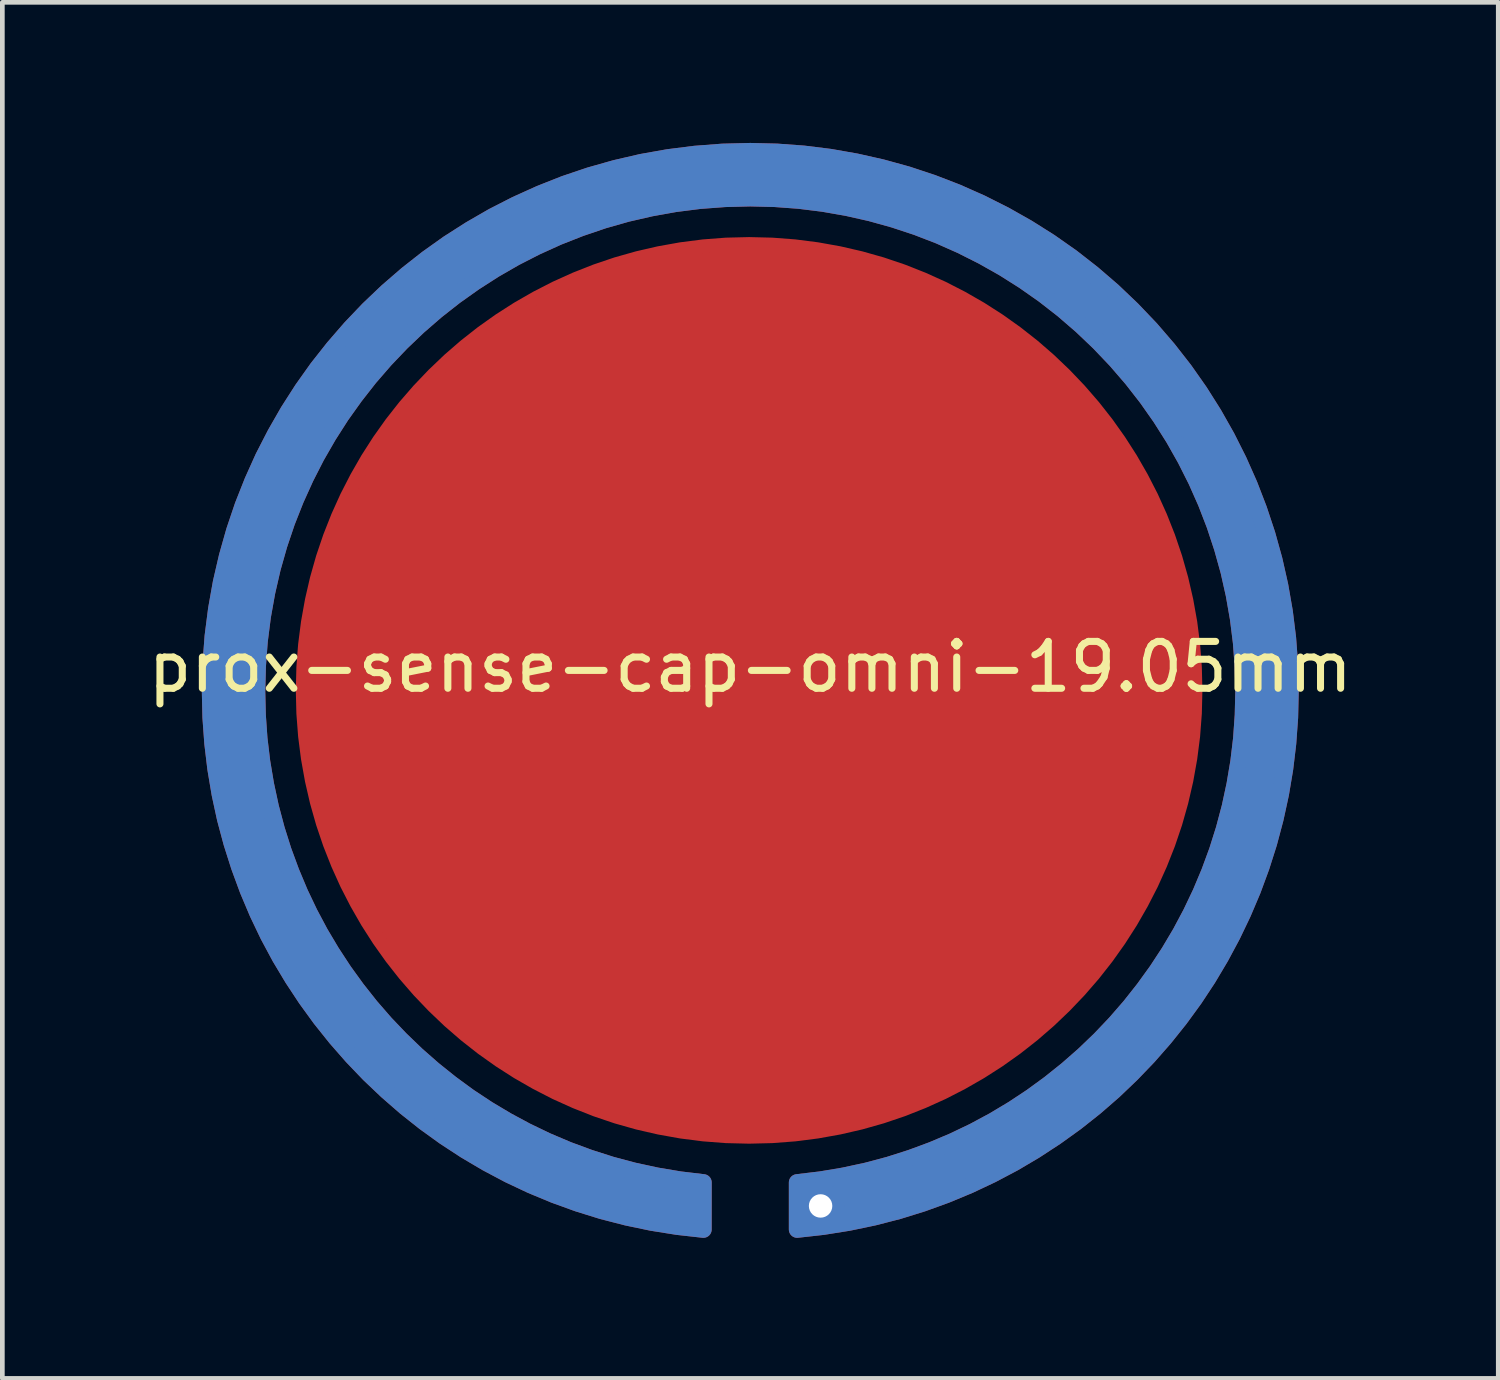
<source format=kicad_pcb>
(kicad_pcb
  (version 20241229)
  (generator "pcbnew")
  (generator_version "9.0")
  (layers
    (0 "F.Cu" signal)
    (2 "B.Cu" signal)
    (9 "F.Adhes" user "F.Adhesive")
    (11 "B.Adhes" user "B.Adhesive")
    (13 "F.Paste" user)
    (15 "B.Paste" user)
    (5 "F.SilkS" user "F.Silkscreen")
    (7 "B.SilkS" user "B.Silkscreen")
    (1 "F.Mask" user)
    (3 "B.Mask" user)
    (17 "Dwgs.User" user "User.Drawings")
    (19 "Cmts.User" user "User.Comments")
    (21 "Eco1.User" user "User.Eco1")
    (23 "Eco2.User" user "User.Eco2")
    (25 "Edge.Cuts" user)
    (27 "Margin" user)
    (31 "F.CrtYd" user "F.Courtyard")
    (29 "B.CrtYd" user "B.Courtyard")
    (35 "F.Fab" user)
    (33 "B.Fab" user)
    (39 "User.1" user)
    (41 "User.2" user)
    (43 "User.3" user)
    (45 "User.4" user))
  (footprint "prox-sense-cap-omni-19.05mm"
    (layer "F.Cu")
    (at 12.958 11.68)
    (property "Reference" "prox-sense-cap-omni-19.05mm" (at 0 -0.5 0) (unlocked yes) (layer "F.SilkS") (effects (font (size 1 1) (thickness 0.15))))
    (attr smd)
    (fp_poly (pts (xy 9.5 0) (xy 9.488 0.49) (xy 9.451 0.974) (xy 9.39 1.451) (xy 9.306 1.92) (xy 9.2 2.38) (xy 9.072 2.832) (xy 8.922 3.275) (xy 8.751 3.708) (xy 8.561 4.129) (xy 8.35 4.54) (xy 8.121 4.939) (xy 7.873 5.326) (xy 7.608 5.699) (xy 7.325 6.059) (xy 7.026 6.404) (xy 6.71 6.735) (xy 6.379 7.051) (xy 6.034 7.35) (xy 5.674 7.633) (xy 5.301 7.898) (xy 4.914 8.146) (xy 4.515 8.375) (xy 4.104 8.586) (xy 3.683 8.776) (xy 3.25 8.947) (xy 2.807 9.097) (xy 2.355 9.225) (xy 1.895 9.331) (xy 1.426 9.415) (xy 0.949 9.476) (xy 0.465 9.513) (xy -0.025 9.525) (xy -0.515 9.513) (xy -0.999 9.476) (xy -1.476 9.415) (xy -1.945 9.331) (xy -2.405 9.225) (xy -2.857 9.097) (xy -3.3 8.947) (xy -3.733 8.776) (xy -4.154 8.586) (xy -4.565 8.375) (xy -4.964 8.146) (xy -5.351 7.898) (xy -5.724 7.633) (xy -6.084 7.35) (xy -6.429 7.051) (xy -6.76 6.735) (xy -7.076 6.404) (xy -7.375 6.059) (xy -7.658 5.699) (xy -7.923 5.326) (xy -8.171 4.939) (xy -8.4 4.54) (xy -8.611 4.129) (xy -8.801 3.708) (xy -8.972 3.275) (xy -9.122 2.832) (xy -9.25 2.38) (xy -9.356 1.92) (xy -9.44 1.451) (xy -9.501 0.974) (xy -9.538 0.49) (xy -9.55 0) (xy -9.538 -0.49) (xy -9.501 -0.974) (xy -9.44 -1.451) (xy -9.356 -1.92) (xy -9.25 -2.38) (xy -9.122 -2.832) (xy -8.972 -3.275) (xy -8.801 -3.708) (xy -8.611 -4.129) (xy -8.4 -4.54) (xy -8.171 -4.939) (xy -7.923 -5.326) (xy -7.658 -5.699) (xy -7.375 -6.059) (xy -7.076 -6.404) (xy -6.76 -6.735) (xy -6.429 -7.051) (xy -6.084 -7.35) (xy -5.724 -7.633) (xy -5.351 -7.898) (xy -4.964 -8.146) (xy -4.565 -8.375) (xy -4.154 -8.586) (xy -3.733 -8.776) (xy -3.3 -8.947) (xy -2.857 -9.097) (xy -2.405 -9.225) (xy -1.945 -9.331) (xy -1.476 -9.415) (xy -0.999 -9.476) (xy -0.515 -9.513) (xy -0.025 -9.525) (xy 0.465 -9.513) (xy 0.949 -9.476) (xy 1.426 -9.415) (xy 1.895 -9.331) (xy 2.355 -9.225) (xy 2.807 -9.097) (xy 3.25 -8.947) (xy 3.683 -8.776) (xy 4.104 -8.586) (xy 4.515 -8.375) (xy 4.914 -8.146) (xy 5.301 -7.898) (xy 5.674 -7.633) (xy 6.034 -7.35) (xy 6.379 -7.051) (xy 6.71 -6.735) (xy 7.026 -6.404) (xy 7.325 -6.059) (xy 7.608 -5.699) (xy 7.873 -5.326) (xy 8.121 -4.939) (xy 8.35 -4.54) (xy 8.561 -4.129) (xy 8.751 -3.708) (xy 8.922 -3.275) (xy 9.072 -2.832) (xy 9.2 -2.38) (xy 9.306 -1.92) (xy 9.39 -1.451) (xy 9.451 -0.974) (xy 9.488 -0.49) (xy 9.5 0)) (stroke (width 0.293) (type solid)) (fill yes) (layer "F.Cu"))
    (fp_poly (pts (xy -0.000254 -11.503) (xy -0.593 -11.488) (xy -1.179 -11.443) (xy -1.755 -11.37) (xy -2.323 -11.269) (xy -2.88 -11.14) (xy -3.427 -10.985) (xy -3.963 -10.804) (xy -4.486 -10.597) (xy -4.997 -10.366) (xy -5.494 -10.112) (xy -5.976 -9.834) (xy -6.444 -9.535) (xy -6.896 -9.213) (xy -7.331 -8.871) (xy -7.749 -8.509) (xy -8.15 -8.127) (xy -8.531 -7.727) (xy -8.893 -7.309) (xy -9.236 -6.874) (xy -9.557 -6.422) (xy -9.857 -5.954) (xy -10.134 -5.471) (xy -10.389 -4.975) (xy -10.619 -4.464) (xy -10.826 -3.941) (xy -11.007 -3.405) (xy -11.162 -2.858) (xy -11.291 -2.301) (xy -11.392 -1.733) (xy -11.466 -1.156) (xy -11.51 -0.571) (xy -11.525 0.022) (xy -11.512 0.579) (xy -11.472 1.13) (xy -11.407 1.674) (xy -11.317 2.21) (xy -11.203 2.738) (xy -11.064 3.256) (xy -10.902 3.765) (xy -10.718 4.264) (xy -10.512 4.752) (xy -10.284 5.229) (xy -10.035 5.693) (xy -9.765 6.144) (xy -9.476 6.582) (xy -9.168 7.006) (xy -8.841 7.415) (xy -8.496 7.809) (xy -8.134 8.187) (xy -7.754 8.548) (xy -7.359 8.892) (xy -6.948 9.218) (xy -6.521 9.526) (xy -6.08 9.814) (xy -5.626 10.082) (xy -5.157 10.331) (xy -4.676 10.558) (xy -4.183 10.763) (xy -3.678 10.946) (xy -3.163 11.106) (xy -2.636 11.242) (xy -2.1 11.354) (xy -1.555 11.441) (xy -1.001 11.503) (xy -1 10.499) (xy -1.503 10.439) (xy -1.997 10.356) (xy -2.483 10.251) (xy -2.96 10.124) (xy -3.427 9.975) (xy -3.885 9.806) (xy -4.331 9.617) (xy -4.767 9.408) (xy -5.191 9.18) (xy -5.603 8.934) (xy -6.002 8.67) (xy -6.387 8.388) (xy -6.759 8.09) (xy -7.117 7.776) (xy -7.46 7.446) (xy -7.788 7.102) (xy -8.1 6.743) (xy -8.395 6.37) (xy -8.674 5.984) (xy -8.935 5.585) (xy -9.179 5.175) (xy -9.404 4.752) (xy -9.61 4.319) (xy -9.796 3.875) (xy -9.963 3.422) (xy -10.109 2.959) (xy -10.234 2.488) (xy -10.337 2.009) (xy -10.419 1.522) (xy -10.478 1.028) (xy -10.513 0.528) (xy -10.525 0.022) (xy -10.511 -0.52) (xy -10.471 -1.054) (xy -10.404 -1.581) (xy -10.311 -2.099) (xy -10.194 -2.608) (xy -10.052 -3.108) (xy -9.887 -3.597) (xy -9.698 -4.075) (xy -9.487 -4.541) (xy -9.255 -4.995) (xy -9.001 -5.436) (xy -8.728 -5.863) (xy -8.434 -6.275) (xy -8.122 -6.673) (xy -7.791 -7.055) (xy -7.443 -7.42) (xy -7.077 -7.769) (xy -6.695 -8.1) (xy -6.298 -8.412) (xy -5.885 -8.705) (xy -5.458 -8.979) (xy -5.017 -9.233) (xy -4.563 -9.465) (xy -4.097 -9.676) (xy -3.619 -9.864) (xy -3.13 -10.03) (xy -2.631 -10.172) (xy -2.121 -10.289) (xy -1.603 -10.382) (xy -1.076 -10.449) (xy -0.542 -10.489) (xy -0.000315 -10.503) (xy 0.522 -10.49) (xy 1.04 -10.452) (xy 1.554 -10.388) (xy 2.063 -10.299) (xy 2.565 -10.186) (xy 3.061 -10.048) (xy 3.549 -9.887) (xy 4.028 -9.702) (xy 4.497 -9.494) (xy 4.956 -9.263) (xy 5.404 -9.01) (xy 5.839 -8.735) (xy 6.262 -8.438) (xy 6.67 -8.12) (xy 7.064 -7.78) (xy 7.442 -7.42) (xy 7.802 -7.042) (xy 8.142 -6.648) (xy 8.46 -6.24) (xy 8.757 -5.817) (xy 9.032 -5.382) (xy 9.285 -4.934) (xy 9.516 -4.475) (xy 9.724 -4.006) (xy 9.909 -3.527) (xy 10.07 -3.039) (xy 10.208 -2.544) (xy 10.321 -2.041) (xy 10.41 -1.532) (xy 10.474 -1.018) (xy 10.512 -0.5) (xy 10.525 0.022) (xy 10.513 0.528) (xy 10.478 1.028) (xy 10.419 1.522) (xy 10.337 2.009) (xy 10.234 2.488) (xy 10.109 2.959) (xy 9.963 3.422) (xy 9.796 3.876) (xy 9.61 4.319) (xy 9.404 4.752) (xy 9.179 5.175) (xy 8.935 5.586) (xy 8.674 5.984) (xy 8.395 6.37) (xy 8.1 6.743) (xy 7.788 7.102) (xy 7.46 7.447) (xy 7.117 7.776) (xy 6.759 8.09) (xy 6.387 8.388) (xy 6.001 8.67) (xy 5.602 8.934) (xy 5.191 9.18) (xy 4.767 9.408) (xy 4.331 9.617) (xy 3.884 9.806) (xy 3.427 9.975) (xy 2.96 10.124) (xy 2.483 10.251) (xy 1.997 10.356) (xy 1.502 10.439) (xy 1 10.499) (xy 1 11.503) (xy 1.554 11.441) (xy 2.099 11.354) (xy 2.635 11.242) (xy 3.162 11.106) (xy 3.677 10.946) (xy 4.182 10.763) (xy 4.675 10.558) (xy 5.156 10.331) (xy 5.625 10.083) (xy 6.08 9.814) (xy 6.52 9.526) (xy 6.947 9.219) (xy 7.358 8.893) (xy 7.754 8.549) (xy 8.133 8.187) (xy 8.495 7.81) (xy 8.84 7.416) (xy 9.167 7.007) (xy 9.476 6.583) (xy 9.765 6.145) (xy 10.034 5.693) (xy 10.283 5.229) (xy 10.511 4.753) (xy 10.718 4.265) (xy 10.902 3.766) (xy 11.064 3.257) (xy 11.202 2.738) (xy 11.317 2.21) (xy 11.407 1.674) (xy 11.472 1.13) (xy 11.512 0.579) (xy 11.525 0.022) (xy 11.511 -0.55) (xy 11.469 -1.117) (xy 11.399 -1.68) (xy 11.302 -2.237) (xy 11.178 -2.787) (xy 11.027 -3.33) (xy 10.85 -3.864) (xy 10.648 -4.388) (xy 10.42 -4.902) (xy 10.167 -5.405) (xy 9.89 -5.895) (xy 9.589 -6.372) (xy 9.264 -6.835) (xy 8.915 -7.282) (xy 8.544 -7.713) (xy 8.149 -8.127) (xy 7.735 -8.522) (xy 7.304 -8.893) (xy 6.857 -9.242) (xy 6.394 -9.567) (xy 5.917 -9.868) (xy 5.427 -10.145) (xy 4.924 -10.398) (xy 4.41 -10.626) (xy 3.886 -10.828) (xy 3.352 -11.005) (xy 2.809 -11.155) (xy 2.259 -11.279) (xy 1.702 -11.377) (xy 1.139 -11.447) (xy 0.571 -11.489) (xy -0.00014 -11.503) (xy -0.000254 -11.503)) (stroke (width 0.354) (type solid)) (fill yes) (layer "F.Cu"))
    (fp_poly (pts (xy -0.000254 -11.503) (xy -0.593 -11.488) (xy -1.179 -11.443) (xy -1.755 -11.37) (xy -2.323 -11.269) (xy -2.88 -11.14) (xy -3.427 -10.985) (xy -3.963 -10.804) (xy -4.486 -10.597) (xy -4.997 -10.366) (xy -5.494 -10.112) (xy -5.976 -9.834) (xy -6.444 -9.535) (xy -6.896 -9.213) (xy -7.331 -8.871) (xy -7.749 -8.509) (xy -8.15 -8.127) (xy -8.531 -7.727) (xy -8.893 -7.309) (xy -9.236 -6.874) (xy -9.557 -6.422) (xy -9.857 -5.954) (xy -10.134 -5.471) (xy -10.389 -4.975) (xy -10.619 -4.464) (xy -10.826 -3.941) (xy -11.007 -3.405) (xy -11.162 -2.858) (xy -11.291 -2.301) (xy -11.392 -1.733) (xy -11.466 -1.156) (xy -11.51 -0.571) (xy -11.525 0.022) (xy -11.512 0.579) (xy -11.472 1.13) (xy -11.407 1.674) (xy -11.317 2.21) (xy -11.203 2.738) (xy -11.064 3.256) (xy -10.902 3.765) (xy -10.718 4.264) (xy -10.512 4.752) (xy -10.284 5.229) (xy -10.035 5.693) (xy -9.765 6.144) (xy -9.476 6.582) (xy -9.168 7.006) (xy -8.841 7.415) (xy -8.496 7.809) (xy -8.134 8.187) (xy -7.754 8.548) (xy -7.359 8.892) (xy -6.948 9.218) (xy -6.521 9.526) (xy -6.08 9.814) (xy -5.626 10.082) (xy -5.157 10.331) (xy -4.676 10.558) (xy -4.183 10.763) (xy -3.678 10.946) (xy -3.163 11.106) (xy -2.636 11.242) (xy -2.1 11.354) (xy -1.555 11.441) (xy -1.001 11.503) (xy -1 10.499) (xy -1.503 10.439) (xy -1.997 10.356) (xy -2.483 10.251) (xy -2.96 10.124) (xy -3.427 9.975) (xy -3.885 9.806) (xy -4.331 9.617) (xy -4.767 9.408) (xy -5.191 9.18) (xy -5.603 8.934) (xy -6.002 8.67) (xy -6.387 8.388) (xy -6.759 8.09) (xy -7.117 7.776) (xy -7.46 7.446) (xy -7.788 7.102) (xy -8.1 6.743) (xy -8.395 6.37) (xy -8.674 5.984) (xy -8.935 5.585) (xy -9.179 5.175) (xy -9.404 4.752) (xy -9.61 4.319) (xy -9.796 3.875) (xy -9.963 3.422) (xy -10.109 2.959) (xy -10.234 2.488) (xy -10.337 2.009) (xy -10.419 1.522) (xy -10.478 1.028) (xy -10.513 0.528) (xy -10.525 0.022) (xy -10.511 -0.52) (xy -10.471 -1.054) (xy -10.404 -1.581) (xy -10.311 -2.099) (xy -10.194 -2.608) (xy -10.052 -3.108) (xy -9.887 -3.597) (xy -9.698 -4.075) (xy -9.487 -4.541) (xy -9.255 -4.995) (xy -9.001 -5.436) (xy -8.728 -5.863) (xy -8.434 -6.275) (xy -8.122 -6.673) (xy -7.791 -7.055) (xy -7.443 -7.42) (xy -7.077 -7.769) (xy -6.695 -8.1) (xy -6.298 -8.412) (xy -5.885 -8.705) (xy -5.458 -8.979) (xy -5.017 -9.233) (xy -4.563 -9.465) (xy -4.097 -9.676) (xy -3.619 -9.864) (xy -3.13 -10.03) (xy -2.631 -10.172) (xy -2.121 -10.289) (xy -1.603 -10.382) (xy -1.076 -10.449) (xy -0.542 -10.489) (xy -0.000315 -10.503) (xy 0.522 -10.49) (xy 1.04 -10.452) (xy 1.554 -10.388) (xy 2.063 -10.299) (xy 2.565 -10.186) (xy 3.061 -10.048) (xy 3.549 -9.887) (xy 4.028 -9.702) (xy 4.497 -9.494) (xy 4.956 -9.263) (xy 5.404 -9.01) (xy 5.839 -8.735) (xy 6.262 -8.438) (xy 6.67 -8.12) (xy 7.064 -7.78) (xy 7.442 -7.42) (xy 7.802 -7.042) (xy 8.142 -6.648) (xy 8.46 -6.24) (xy 8.757 -5.817) (xy 9.032 -5.382) (xy 9.285 -4.934) (xy 9.516 -4.475) (xy 9.724 -4.006) (xy 9.909 -3.527) (xy 10.07 -3.039) (xy 10.208 -2.544) (xy 10.321 -2.041) (xy 10.41 -1.532) (xy 10.474 -1.018) (xy 10.512 -0.5) (xy 10.525 0.022) (xy 10.513 0.528) (xy 10.478 1.028) (xy 10.419 1.522) (xy 10.337 2.009) (xy 10.234 2.488) (xy 10.109 2.959) (xy 9.963 3.422) (xy 9.796 3.876) (xy 9.61 4.319) (xy 9.404 4.752) (xy 9.179 5.175) (xy 8.935 5.586) (xy 8.674 5.984) (xy 8.395 6.37) (xy 8.1 6.743) (xy 7.788 7.102) (xy 7.46 7.447) (xy 7.117 7.776) (xy 6.759 8.09) (xy 6.387 8.388) (xy 6.001 8.67) (xy 5.602 8.934) (xy 5.191 9.18) (xy 4.767 9.408) (xy 4.331 9.617) (xy 3.884 9.806) (xy 3.427 9.975) (xy 2.96 10.124) (xy 2.483 10.251) (xy 1.997 10.356) (xy 1.502 10.439) (xy 1 10.499) (xy 1 11.503) (xy 1.554 11.441) (xy 2.099 11.354) (xy 2.635 11.242) (xy 3.162 11.106) (xy 3.677 10.946) (xy 4.182 10.763) (xy 4.675 10.558) (xy 5.156 10.331) (xy 5.625 10.083) (xy 6.08 9.814) (xy 6.52 9.526) (xy 6.947 9.219) (xy 7.358 8.893) (xy 7.754 8.549) (xy 8.133 8.187) (xy 8.495 7.81) (xy 8.84 7.416) (xy 9.167 7.007) (xy 9.476 6.583) (xy 9.765 6.145) (xy 10.034 5.693) (xy 10.283 5.229) (xy 10.511 4.753) (xy 10.718 4.265) (xy 10.902 3.766) (xy 11.064 3.257) (xy 11.202 2.738) (xy 11.317 2.21) (xy 11.407 1.674) (xy 11.472 1.13) (xy 11.512 0.579) (xy 11.525 0.022) (xy 11.511 -0.55) (xy 11.469 -1.117) (xy 11.399 -1.68) (xy 11.302 -2.237) (xy 11.178 -2.787) (xy 11.027 -3.33) (xy 10.85 -3.864) (xy 10.648 -4.388) (xy 10.42 -4.902) (xy 10.167 -5.405) (xy 9.89 -5.895) (xy 9.589 -6.372) (xy 9.264 -6.835) (xy 8.915 -7.282) (xy 8.544 -7.713) (xy 8.149 -8.127) (xy 7.735 -8.522) (xy 7.304 -8.893) (xy 6.857 -9.242) (xy 6.394 -9.567) (xy 5.917 -9.868) (xy 5.427 -10.145) (xy 4.924 -10.398) (xy 4.41 -10.626) (xy 3.886 -10.828) (xy 3.352 -11.005) (xy 2.809 -11.155) (xy 2.259 -11.279) (xy 1.702 -11.377) (xy 1.139 -11.447) (xy 0.571 -11.489) (xy -0.00014 -11.503) (xy -0.000254 -11.503)) (stroke (width 0.354) (type solid)) (fill yes) (layer "B.Cu"))
    (pad "1" smd roundrect (at 0 8.625) (size 2.286 1.524) (layers "F.Cu") (roundrect_rratio 0.25))
    (pad "2" smd circle (at -1.5 11) (size 1 1) (layers "F.Cu"))
    (pad "2" smd circle (at -1.5 11 90) (size 1 1) (layers "B.Cu"))
    (pad "2" thru_hole circle (at 1.5 11) (size 1 1) (drill 0.5) (layers "*.Cu") (remove_unused_layers yes) (keep_end_layers yes) (zone_layer_connections)))
  (gr_rect
    (start -3 -3)
    (end 28.917 26.36)
    (stroke (width 0.1) (type default))
    (fill no)
    (layer "Edge.Cuts")))
</source>
